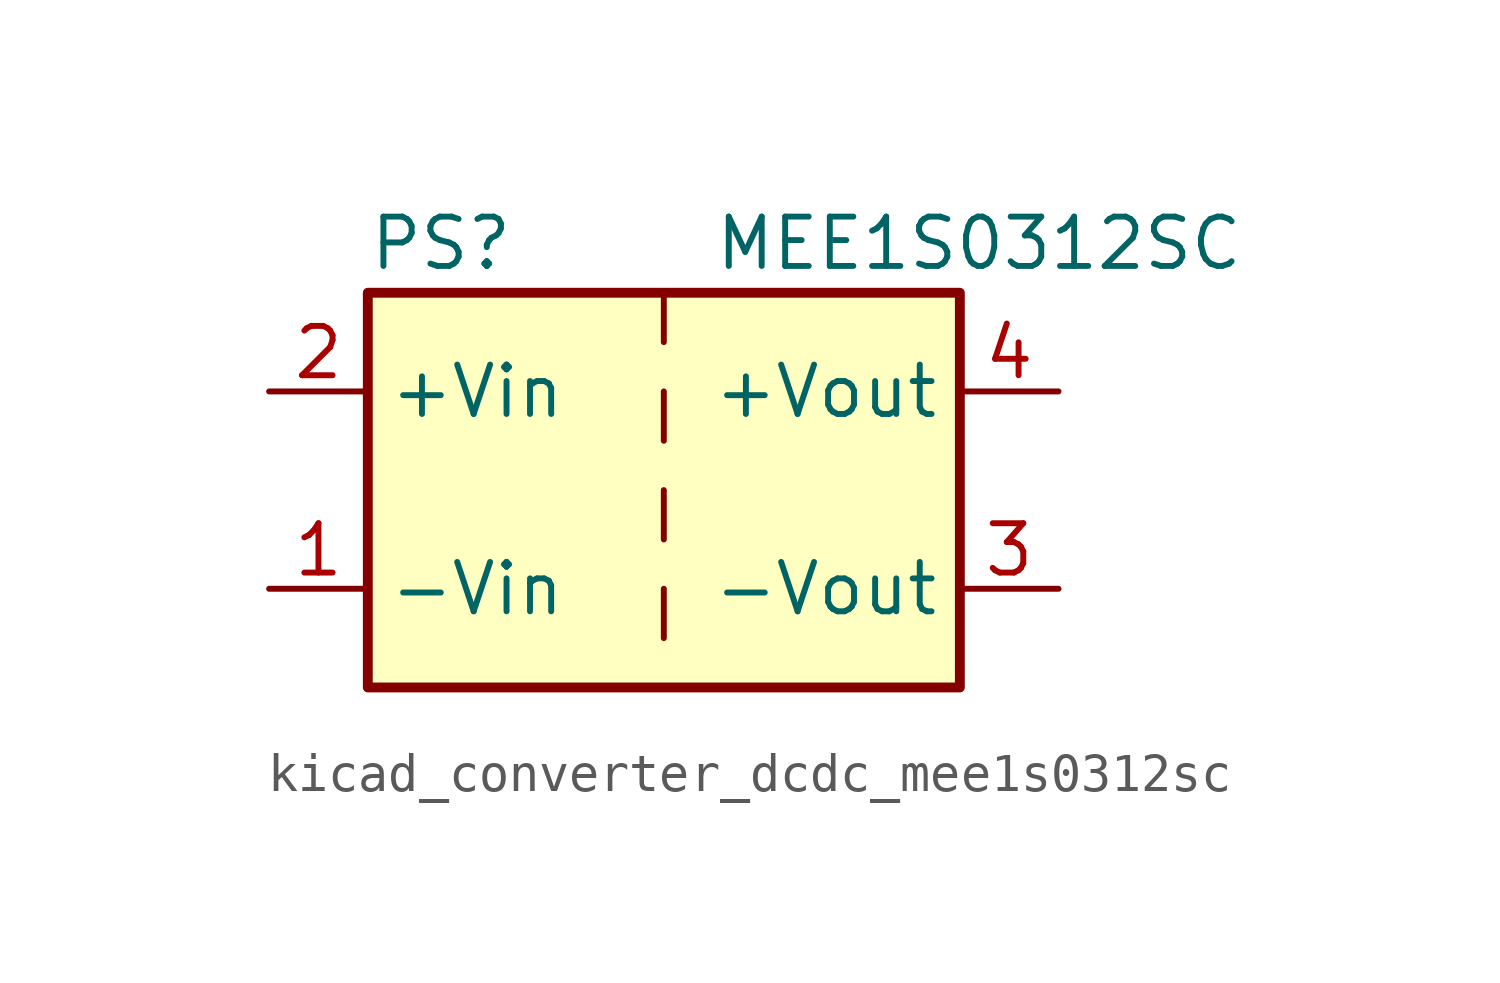
<source format=kicad_sym>
(kicad_symbol_lib
  (version 20220914)
  (generator kicad_symbol_editor)
  (symbol "kicad_converter_dcdc_mee1s0312sc"
    (property "Reference" "PS"
      (at -7.62 6.35 0)
      (effects (font (size 1.27 1.27)) (justify left)))
    (property "Value" "MEE1S0312SC"
      (at 1.27 6.35 0)
      (effects (font (size 1.27 1.27)) (justify left)))
    (symbol "kicad_converter_dcdc_mee1s0312sc_0_0"
      (pin power_in line (at -10.16 -2.54 0) (length 2.54) (name "-Vin" (effects (font (size 1.27 1.27)))) (number "1" (effects (font (size 1.27 1.27)))))
      (pin power_in line (at -10.16 2.54 0) (length 2.54) (name "+Vin" (effects (font (size 1.27 1.27)))) (number "2" (effects (font (size 1.27 1.27)))))
      (pin power_out line (at 10.16 -2.54 180) (length 2.54) (name "-Vout" (effects (font (size 1.27 1.27)))) (number "3" (effects (font (size 1.27 1.27)))))
      (pin power_out line (at 10.16 2.54 180) (length 2.54) (name "+Vout" (effects (font (size 1.27 1.27)))) (number "4" (effects (font (size 1.27 1.27))))))
    (symbol "kicad_converter_dcdc_mee1s0312sc_0_1"
      (rectangle (start -7.62 5.08) (end 7.62 -5.08) (stroke (width 0.254) (type default)) (fill (type background)))
      (polyline (pts (xy 0 -2.54) (xy 0 -3.81)) (stroke (width 0) (type default)) (fill (type none)))
      (polyline (pts (xy 0 0) (xy 0 -1.27)) (stroke (width 0) (type default)) (fill (type none)))
      (polyline (pts (xy 0 2.54) (xy 0 1.27)) (stroke (width 0) (type default)) (fill (type none)))
      (polyline (pts (xy 0 5.08) (xy 0 3.81)) (stroke (width 0) (type default)) (fill (type none))))))
</source>
